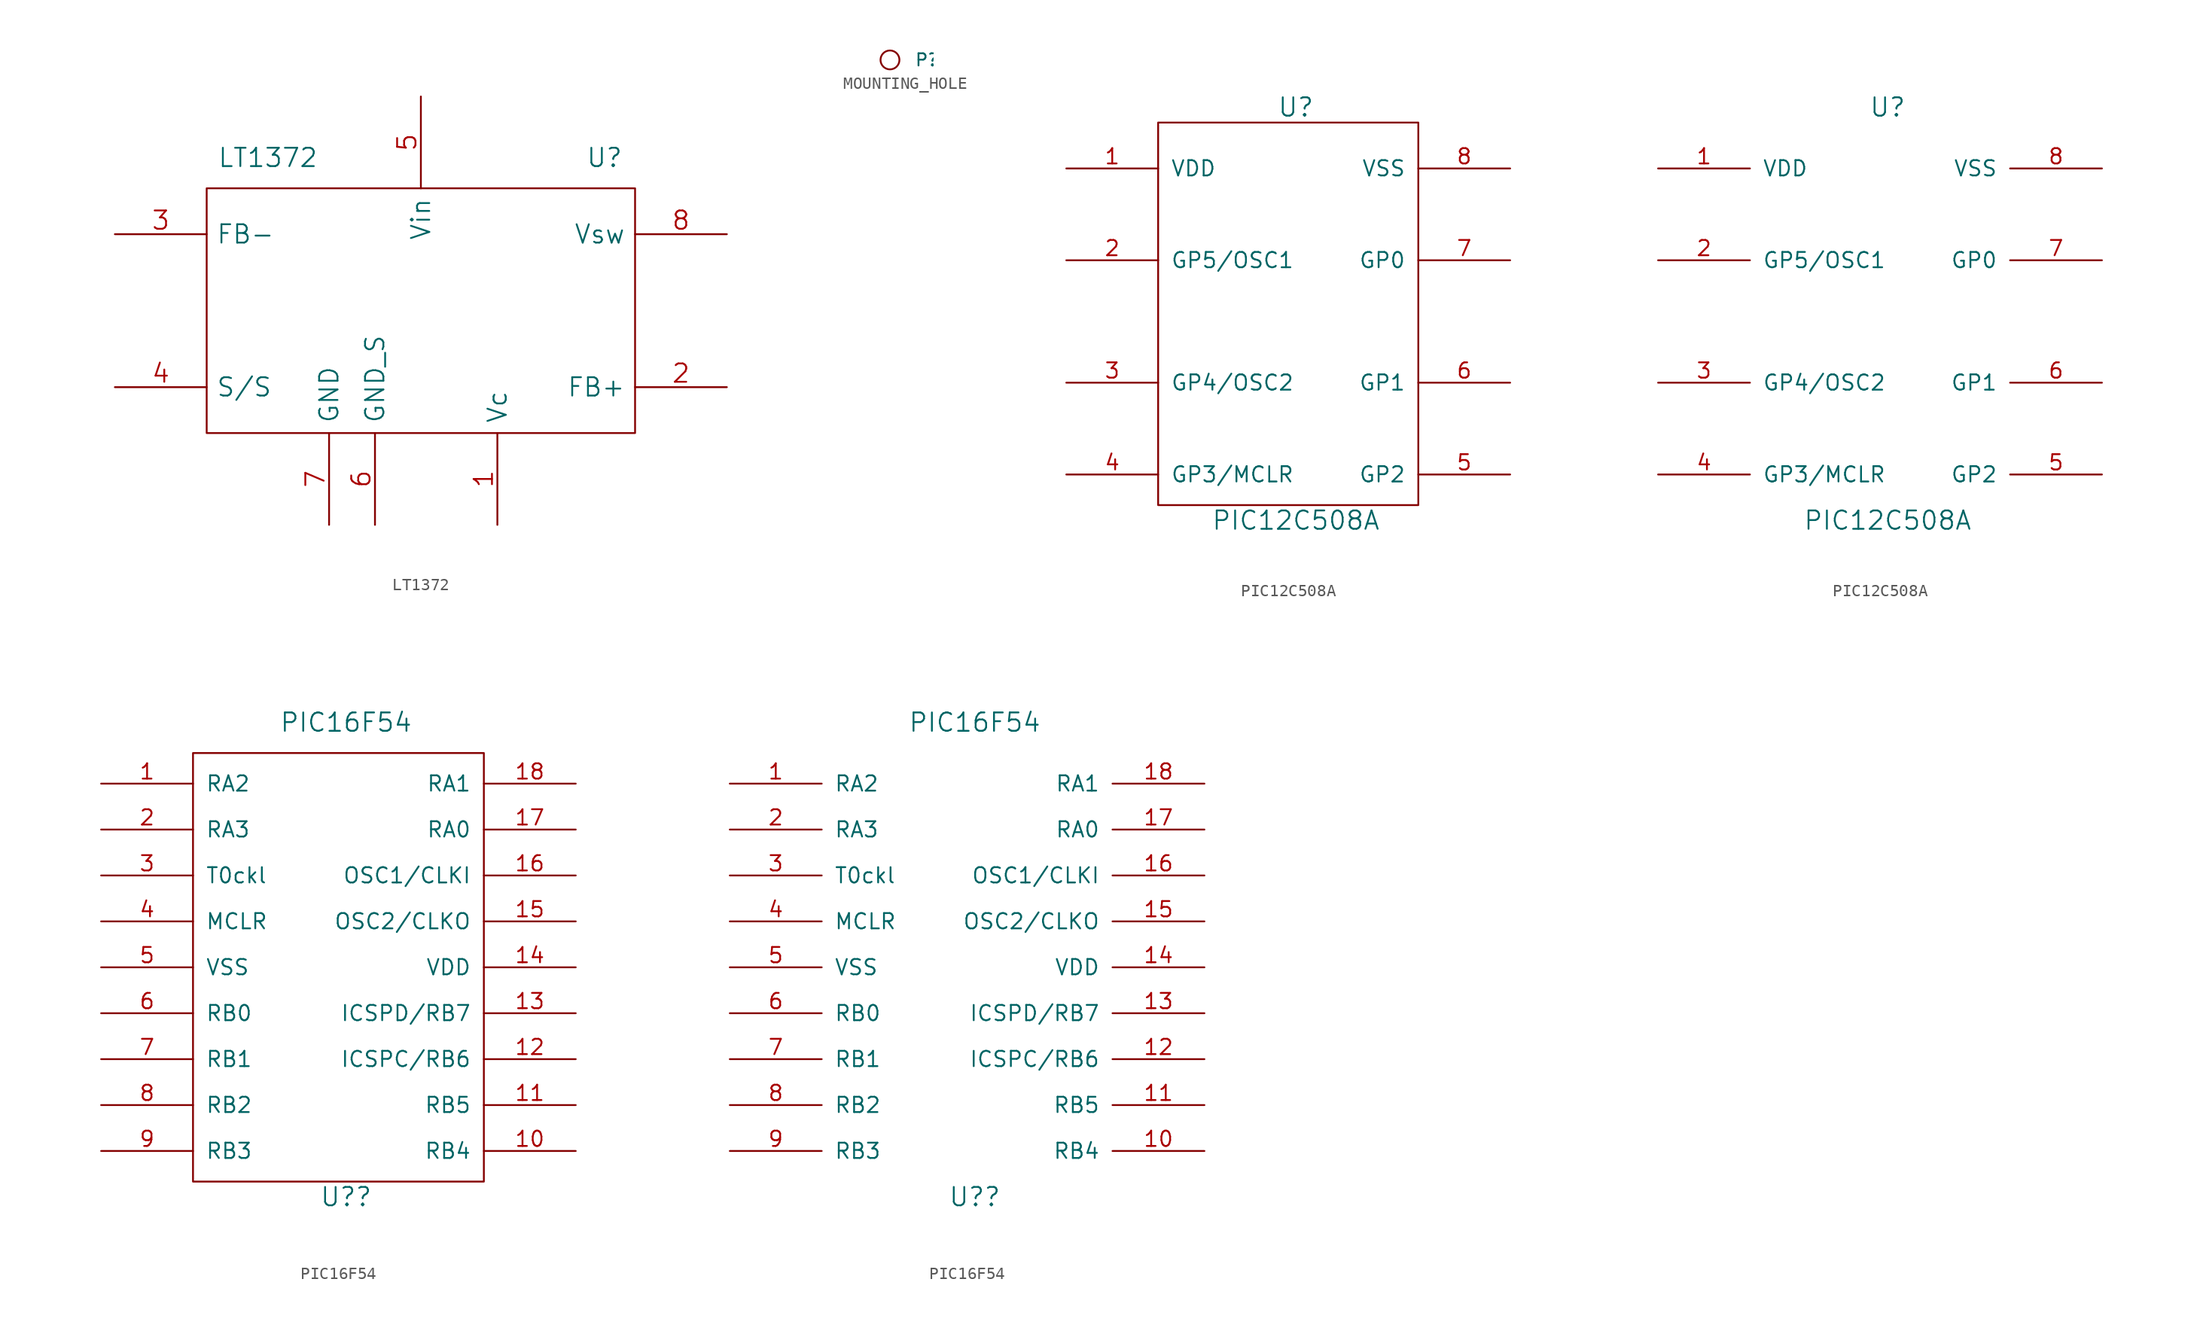
<source format=kicad_sym>
(kicad_symbol_lib
  (version 20201005)
  (generator kicad_symbol_editor)
  (symbol "pic_programmer_schlib:LT1372"
    (pin_names
      (offset 0.762))
    (property "Reference" "U"
      (at 15.24 12.7 0)
      (effects (font (size 1.524 1.524))))
    (property "Value" "LT1372"
      (at -12.7 12.7 0)
      (effects (font (size 1.524 1.524))))
    (property "Footprint" ""
      (at 0 0 0)
      (effects (font (size 1.524 1.524))))
    (property "Datasheet" ""
      (at 0 0 0)
      (effects (font (size 1.524 1.524))))
    (symbol "LT1372_0_1"
      (rectangle (start -17.78 -10.16) (end 17.78 10.16) (stroke (width 0)) (fill (type none))))
    (symbol "LT1372_1_1"
      (pin input line (at 6.35 -17.78 90) (length 7.62) (name "Vc" (effects (font (size 1.524 1.524)))) (number "1" (effects (font (size 1.524 1.524)))))
      (pin input line (at 25.4 -6.35 180) (length 7.62) (name "FB+" (effects (font (size 1.524 1.524)))) (number "2" (effects (font (size 1.524 1.524)))))
      (pin passive line (at -25.4 6.35 0) (length 7.62) (name "FB-" (effects (font (size 1.524 1.524)))) (number "3" (effects (font (size 1.524 1.524)))))
      (pin passive line (at -25.4 -6.35 0) (length 7.62) (name "S/S" (effects (font (size 1.524 1.524)))) (number "4" (effects (font (size 1.524 1.524)))))
      (pin power_in line (at 0 17.78 270) (length 7.62) (name "Vin" (effects (font (size 1.524 1.524)))) (number "5" (effects (font (size 1.524 1.524)))))
      (pin input line (at -3.81 -17.78 90) (length 7.62) (name "GND_S" (effects (font (size 1.524 1.524)))) (number "6" (effects (font (size 1.524 1.524)))))
      (pin input line (at -7.62 -17.78 90) (length 7.62) (name "GND" (effects (font (size 1.524 1.524)))) (number "7" (effects (font (size 1.524 1.524)))))
      (pin input line (at 25.4 6.35 180) (length 7.62) (name "Vsw" (effects (font (size 1.524 1.524)))) (number "8" (effects (font (size 1.524 1.524)))))))
  (symbol "pic_programmer_schlib:MOUNTING_HOLE"
    (pin_numbers hide)
    (pin_names
      (offset 0.762) hide)
    (property "Reference" "P"
      (at 2.032 0 0)
      (effects (font (size 1.016 1.016)) (justify left)))
    (property "Footprint" ""
      (at 0 0 0)
      (effects (font (size 1.524 1.524))))
    (property "Datasheet" ""
      (at 0 0 0)
      (effects (font (size 1.524 1.524))))
    (symbol "MOUNTING_HOLE_0_1"
      (circle (center 0 0) (radius 0.787) (stroke (width 0)) (fill (type none)))))
  (symbol "pic_programmer_schlib:PIC12C508A"
    (pin_names
      (offset 1.016))
    (property "Reference" "U"
      (at 0 17.78 0)
      (effects (font (size 1.524 1.524))))
    (property "Value" "PIC12C508A"
      (at 0 -16.51 0)
      (effects (font (size 1.524 1.524))))
    (property "Footprint" ""
      (at 0 0 0)
      (effects (font (size 1.524 1.524))))
    (property "Datasheet" ""
      (at 0 0 0)
      (effects (font (size 1.524 1.524))))
    (symbol "PIC12C508A_0_1"
      (rectangle (start 10.16 -15.24) (end -11.43 16.51) (stroke (width 0)) (fill (type none))))
    (symbol "PIC12C508A_1_1"
      (pin power_in line (at -19.05 12.7 0) (length 7.62) (name "VDD" (effects (font (size 1.27 1.27)))) (number "1" (effects (font (size 1.27 1.27)))))
      (pin input line (at -19.05 5.08 0) (length 7.62) (name "GP5/OSC1" (effects (font (size 1.27 1.27)))) (number "2" (effects (font (size 1.27 1.27)))))
      (pin input line (at -19.05 -5.08 0) (length 7.62) (name "GP4/OSC2" (effects (font (size 1.27 1.27)))) (number "3" (effects (font (size 1.27 1.27)))))
      (pin input line (at -19.05 -12.7 0) (length 7.62) (name "GP3/MCLR" (effects (font (size 1.27 1.27)))) (number "4" (effects (font (size 1.27 1.27)))))
      (pin input line (at 17.78 -12.7 180) (length 7.62) (name "GP2" (effects (font (size 1.27 1.27)))) (number "5" (effects (font (size 1.27 1.27)))))
      (pin input line (at 17.78 -5.08 180) (length 7.62) (name "GP1" (effects (font (size 1.27 1.27)))) (number "6" (effects (font (size 1.27 1.27)))))
      (pin input line (at 17.78 5.08 180) (length 7.62) (name "GP0" (effects (font (size 1.27 1.27)))) (number "7" (effects (font (size 1.27 1.27)))))
      (pin power_in line (at 17.78 12.7 180) (length 7.62) (name "VSS" (effects (font (size 1.27 1.27)))) (number "8" (effects (font (size 1.27 1.27))))))
    (symbol "PIC12C508A_1_2"
      (pin power_in line (at -19.05 12.7 0) (length 7.62) (name "VDD" (effects (font (size 1.27 1.27)))) (number "1" (effects (font (size 1.27 1.27)))))
      (pin input line (at -19.05 5.08 0) (length 7.62) (name "GP5/OSC1" (effects (font (size 1.27 1.27)))) (number "2" (effects (font (size 1.27 1.27)))))
      (pin input line (at -19.05 -5.08 0) (length 7.62) (name "GP4/OSC2" (effects (font (size 1.27 1.27)))) (number "3" (effects (font (size 1.27 1.27)))))
      (pin input line (at -19.05 -12.7 0) (length 7.62) (name "GP3/MCLR" (effects (font (size 1.27 1.27)))) (number "4" (effects (font (size 1.27 1.27)))))
      (pin input line (at 17.78 -12.7 180) (length 7.62) (name "GP2" (effects (font (size 1.27 1.27)))) (number "5" (effects (font (size 1.27 1.27)))))
      (pin input line (at 17.78 -5.08 180) (length 7.62) (name "GP1" (effects (font (size 1.27 1.27)))) (number "6" (effects (font (size 1.27 1.27)))))
      (pin input line (at 17.78 5.08 180) (length 7.62) (name "GP0" (effects (font (size 1.27 1.27)))) (number "7" (effects (font (size 1.27 1.27)))))
      (pin power_in line (at 17.78 12.7 180) (length 7.62) (name "VSS" (effects (font (size 1.27 1.27)))) (number "8" (effects (font (size 1.27 1.27)))))))
  (symbol "pic_programmer_schlib:PIC16F54"
    (pin_names
      (offset 1.016))
    (property "Reference" "U?"
      (at 0 -19.05 0)
      (effects (font (size 1.524 1.524))))
    (property "Value" "PIC16F54"
      (at 0 20.32 0)
      (effects (font (size 1.524 1.524))))
    (property "Footprint" ""
      (at 0 0 0)
      (effects (font (size 1.524 1.524))))
    (property "Datasheet" ""
      (at 0 0 0)
      (effects (font (size 1.524 1.524))))
    (symbol "PIC16F54_0_1"
      (rectangle (start -12.7 17.78) (end 11.43 -17.78) (stroke (width 0)) (fill (type none))))
    (symbol "PIC16F54_1_1"
      (pin bidirectional line (at -20.32 15.24 0) (length 7.62) (name "RA2" (effects (font (size 1.27 1.27)))) (number "1" (effects (font (size 1.27 1.27)))))
      (pin bidirectional line (at 19.05 -15.24 180) (length 7.62) (name "RB4" (effects (font (size 1.27 1.27)))) (number "10" (effects (font (size 1.27 1.27)))))
      (pin bidirectional line (at 19.05 -11.43 180) (length 7.62) (name "RB5" (effects (font (size 1.27 1.27)))) (number "11" (effects (font (size 1.27 1.27)))))
      (pin bidirectional line (at 19.05 -7.62 180) (length 7.62) (name "ICSPC/RB6" (effects (font (size 1.27 1.27)))) (number "12" (effects (font (size 1.27 1.27)))))
      (pin bidirectional line (at 19.05 -3.81 180) (length 7.62) (name "ICSPD/RB7" (effects (font (size 1.27 1.27)))) (number "13" (effects (font (size 1.27 1.27)))))
      (pin power_in line (at 19.05 0 180) (length 7.62) (name "VDD" (effects (font (size 1.27 1.27)))) (number "14" (effects (font (size 1.27 1.27)))))
      (pin output line (at 19.05 3.81 180) (length 7.62) (name "OSC2/CLKO" (effects (font (size 1.27 1.27)))) (number "15" (effects (font (size 1.27 1.27)))))
      (pin input line (at 19.05 7.62 180) (length 7.62) (name "OSC1/CLKI" (effects (font (size 1.27 1.27)))) (number "16" (effects (font (size 1.27 1.27)))))
      (pin bidirectional line (at 19.05 11.43 180) (length 7.62) (name "RA0" (effects (font (size 1.27 1.27)))) (number "17" (effects (font (size 1.27 1.27)))))
      (pin bidirectional line (at 19.05 15.24 180) (length 7.62) (name "RA1" (effects (font (size 1.27 1.27)))) (number "18" (effects (font (size 1.27 1.27)))))
      (pin bidirectional line (at -20.32 11.43 0) (length 7.62) (name "RA3" (effects (font (size 1.27 1.27)))) (number "2" (effects (font (size 1.27 1.27)))))
      (pin output line (at -20.32 7.62 0) (length 7.62) (name "T0ckl" (effects (font (size 1.27 1.27)))) (number "3" (effects (font (size 1.27 1.27)))))
      (pin input line (at -20.32 3.81 0) (length 7.62) (name "MCLR" (effects (font (size 1.27 1.27)))) (number "4" (effects (font (size 1.27 1.27)))))
      (pin power_in line (at -20.32 0 0) (length 7.62) (name "VSS" (effects (font (size 1.27 1.27)))) (number "5" (effects (font (size 1.27 1.27)))))
      (pin bidirectional line (at -20.32 -3.81 0) (length 7.62) (name "RB0" (effects (font (size 1.27 1.27)))) (number "6" (effects (font (size 1.27 1.27)))))
      (pin bidirectional line (at -20.32 -7.62 0) (length 7.62) (name "RB1" (effects (font (size 1.27 1.27)))) (number "7" (effects (font (size 1.27 1.27)))))
      (pin bidirectional line (at -20.32 -11.43 0) (length 7.62) (name "RB2" (effects (font (size 1.27 1.27)))) (number "8" (effects (font (size 1.27 1.27)))))
      (pin bidirectional line (at -20.32 -15.24 0) (length 7.62) (name "RB3" (effects (font (size 1.27 1.27)))) (number "9" (effects (font (size 1.27 1.27))))))
    (symbol "PIC16F54_1_2"
      (pin bidirectional line (at -20.32 15.24 0) (length 7.62) (name "RA2" (effects (font (size 1.27 1.27)))) (number "1" (effects (font (size 1.27 1.27)))))
      (pin bidirectional line (at 19.05 -15.24 180) (length 7.62) (name "RB4" (effects (font (size 1.27 1.27)))) (number "10" (effects (font (size 1.27 1.27)))))
      (pin bidirectional line (at 19.05 -11.43 180) (length 7.62) (name "RB5" (effects (font (size 1.27 1.27)))) (number "11" (effects (font (size 1.27 1.27)))))
      (pin bidirectional line (at 19.05 -7.62 180) (length 7.62) (name "ICSPC/RB6" (effects (font (size 1.27 1.27)))) (number "12" (effects (font (size 1.27 1.27)))))
      (pin bidirectional line (at 19.05 -3.81 180) (length 7.62) (name "ICSPD/RB7" (effects (font (size 1.27 1.27)))) (number "13" (effects (font (size 1.27 1.27)))))
      (pin power_in line (at 19.05 0 180) (length 7.62) (name "VDD" (effects (font (size 1.27 1.27)))) (number "14" (effects (font (size 1.27 1.27)))))
      (pin output line (at 19.05 3.81 180) (length 7.62) (name "OSC2/CLKO" (effects (font (size 1.27 1.27)))) (number "15" (effects (font (size 1.27 1.27)))))
      (pin input line (at 19.05 7.62 180) (length 7.62) (name "OSC1/CLKI" (effects (font (size 1.27 1.27)))) (number "16" (effects (font (size 1.27 1.27)))))
      (pin bidirectional line (at 19.05 11.43 180) (length 7.62) (name "RA0" (effects (font (size 1.27 1.27)))) (number "17" (effects (font (size 1.27 1.27)))))
      (pin bidirectional line (at 19.05 15.24 180) (length 7.62) (name "RA1" (effects (font (size 1.27 1.27)))) (number "18" (effects (font (size 1.27 1.27)))))
      (pin bidirectional line (at -20.32 11.43 0) (length 7.62) (name "RA3" (effects (font (size 1.27 1.27)))) (number "2" (effects (font (size 1.27 1.27)))))
      (pin output line (at -20.32 7.62 0) (length 7.62) (name "T0ckl" (effects (font (size 1.27 1.27)))) (number "3" (effects (font (size 1.27 1.27)))))
      (pin input line (at -20.32 3.81 0) (length 7.62) (name "MCLR" (effects (font (size 1.27 1.27)))) (number "4" (effects (font (size 1.27 1.27)))))
      (pin power_in line (at -20.32 0 0) (length 7.62) (name "VSS" (effects (font (size 1.27 1.27)))) (number "5" (effects (font (size 1.27 1.27)))))
      (pin bidirectional line (at -20.32 -3.81 0) (length 7.62) (name "RB0" (effects (font (size 1.27 1.27)))) (number "6" (effects (font (size 1.27 1.27)))))
      (pin bidirectional line (at -20.32 -7.62 0) (length 7.62) (name "RB1" (effects (font (size 1.27 1.27)))) (number "7" (effects (font (size 1.27 1.27)))))
      (pin bidirectional line (at -20.32 -11.43 0) (length 7.62) (name "RB2" (effects (font (size 1.27 1.27)))) (number "8" (effects (font (size 1.27 1.27)))))
      (pin bidirectional line (at -20.32 -15.24 0) (length 7.62) (name "RB3" (effects (font (size 1.27 1.27)))) (number "9" (effects (font (size 1.27 1.27))))))))
</source>
